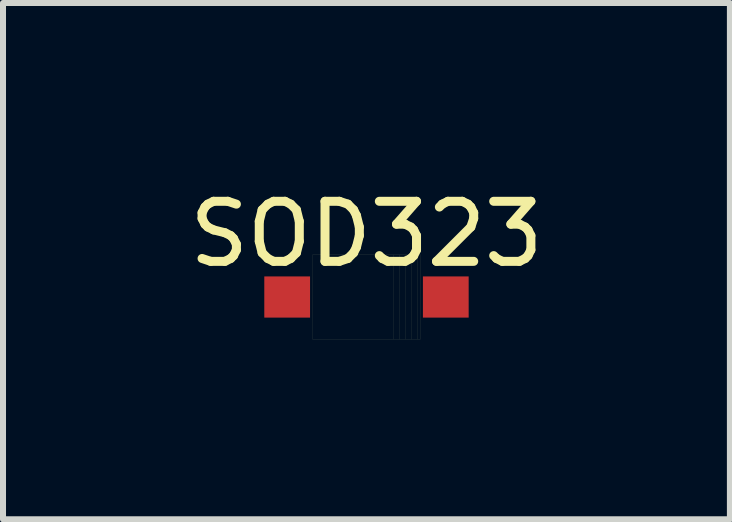
<source format=kicad_pcb>
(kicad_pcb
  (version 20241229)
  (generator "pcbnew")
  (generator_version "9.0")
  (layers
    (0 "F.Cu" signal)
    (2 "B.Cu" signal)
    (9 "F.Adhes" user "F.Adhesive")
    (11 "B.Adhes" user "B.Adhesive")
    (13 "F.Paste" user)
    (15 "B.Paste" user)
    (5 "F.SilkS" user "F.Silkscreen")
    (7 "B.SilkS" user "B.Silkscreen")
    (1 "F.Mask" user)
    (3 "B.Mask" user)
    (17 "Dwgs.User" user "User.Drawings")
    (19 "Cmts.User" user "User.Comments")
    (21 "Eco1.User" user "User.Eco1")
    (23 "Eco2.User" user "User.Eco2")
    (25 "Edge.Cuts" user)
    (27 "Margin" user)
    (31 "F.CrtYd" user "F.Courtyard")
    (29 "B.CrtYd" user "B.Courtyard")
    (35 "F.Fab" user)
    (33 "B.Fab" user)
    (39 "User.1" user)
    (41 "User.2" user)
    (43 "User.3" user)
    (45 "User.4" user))
  (footprint "SOD323"
    (layer "F.Cu")
    (at 3.054 1.897)
    (property "Reference" "SOD323" (at 0 -1.049 0) (layer "F.SilkS") (effects (font (size 1 1) (thickness 0.15))))
    (attr through_hole)
    (fp_line (start -0.899 -0.701) (end 0.899 -0.701) (stroke (width 0.001) (type solid)) (layer "F.SilkS"))
    (fp_line (start -0.899 0.701) (end -0.899 -0.701) (stroke (width 0.001) (type solid)) (layer "F.SilkS"))
    (fp_line (start 0.45 -0.701) (end 0.45 0.701) (stroke (width 0.001) (type solid)) (layer "F.SilkS"))
    (fp_line (start 0.551 0.701) (end 0.551 -0.701) (stroke (width 0.001) (type solid)) (layer "F.SilkS"))
    (fp_line (start 0.65 -0.701) (end 0.65 0.701) (stroke (width 0.001) (type solid)) (layer "F.SilkS"))
    (fp_line (start 0.749 0.701) (end 0.749 -0.701) (stroke (width 0.001) (type solid)) (layer "F.SilkS"))
    (fp_line (start 0.851 -0.701) (end 0.851 0.701) (stroke (width 0.001) (type solid)) (layer "F.SilkS"))
    (fp_line (start 0.899 -0.701) (end 0.899 0.701) (stroke (width 0.001) (type solid)) (layer "F.SilkS"))
    (fp_line (start 0.899 0.701) (end -0.899 0.701) (stroke (width 0.001) (type solid)) (layer "F.SilkS"))
    (pad "1" smd rect (at -1.321 0) (size 0.762 0.686) (layers "F.Cu" "F.Mask" "F.Paste"))
    (pad "2" smd rect (at 1.321 0) (size 0.762 0.686) (layers "F.Cu" "F.Mask" "F.Paste")))
  (gr_rect
    (start -3 -3)
    (end 9.107 5.599)
    (stroke (width 0.1) (type default))
    (fill no)
    (layer "Edge.Cuts")))
</source>
